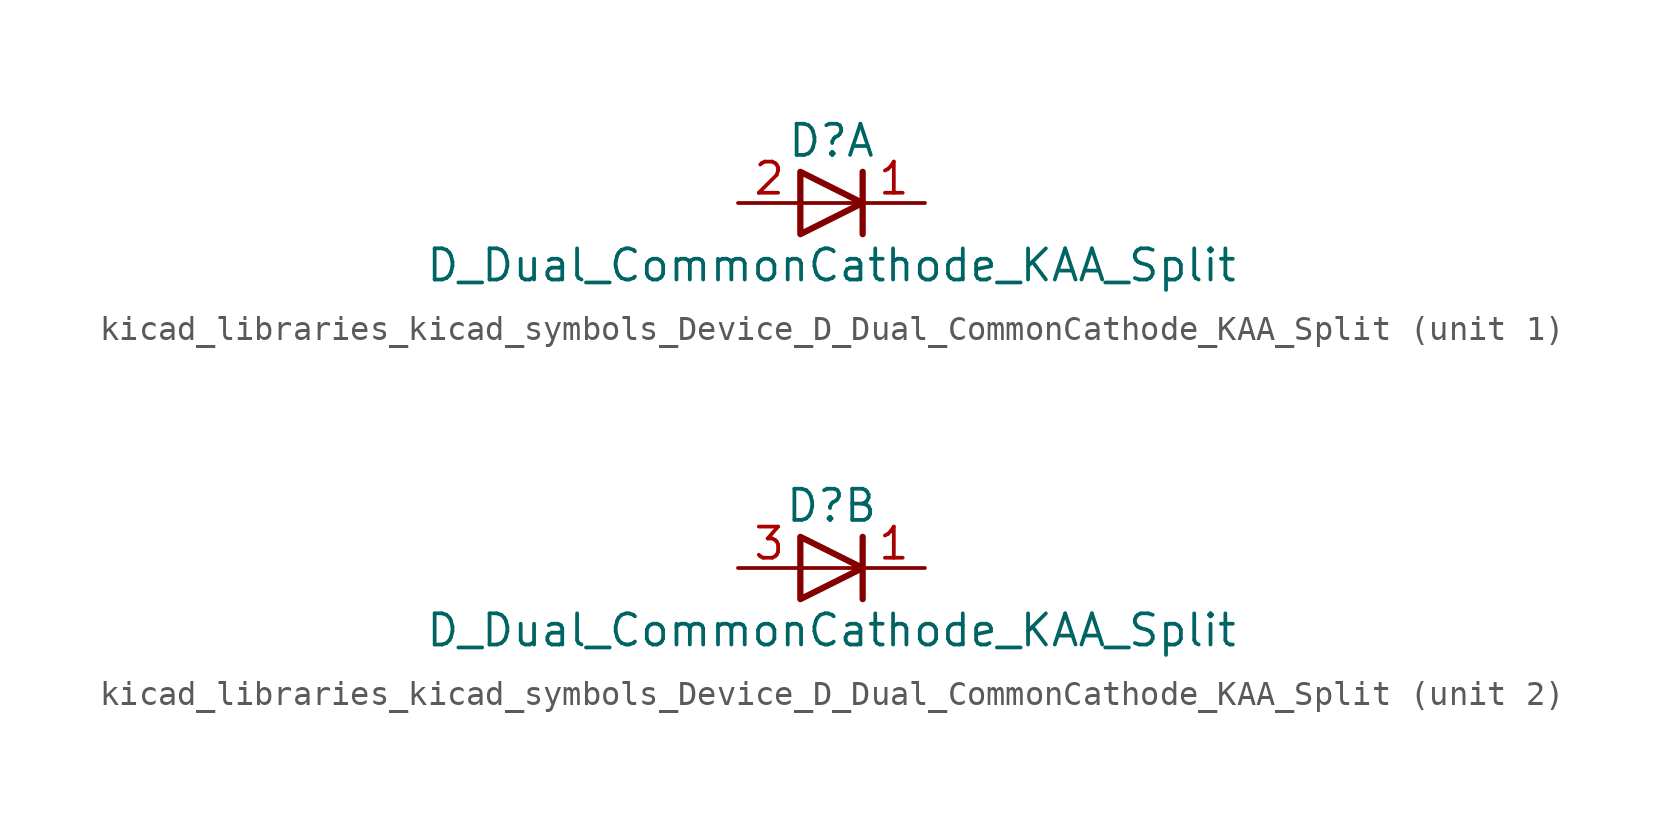
<source format=kicad_sym>
(kicad_symbol_lib
  (version 20220914)
  (generator kicad_symbol_editor)
  (symbol "kicad_libraries_kicad_symbols_Device_D_Dual_CommonCathode_KAA_Split"
    (pin_names
      (offset 0.762) hide)
    (property "Reference" "D"
      (at 0 2.54 0)
      (effects (font (size 1.27 1.27))))
    (property "Value" "D_Dual_CommonCathode_KAA_Split"
      (at 0 -2.54 0)
      (effects (font (size 1.27 1.27))))
    (property "ki_locked" ""
      (at 0 0 0)
      (effects (font (size 1.27 1.27))))
    (symbol "kicad_libraries_kicad_symbols_Device_D_Dual_CommonCathode_KAA_Split_0_0"
      (polyline (pts (xy 1.27 0) (xy -1.27 0)) (stroke (width 0) (type default)) (fill (type none))))
    (symbol "kicad_libraries_kicad_symbols_Device_D_Dual_CommonCathode_KAA_Split_0_1"
      (polyline (pts (xy -1.27 1.27) (xy 1.27 0) (xy -1.27 -1.27) (xy -1.27 1.27) (xy -1.27 1.27) (xy -1.27 1.27)) (stroke (width 0.254) (type default)) (fill (type none)))
      (pin passive line (at 3.81 0 180) (length 2.54) (name "K" (effects (font (size 1.27 1.27)))) (number "1" (effects (font (size 1.27 1.27))))))
    (symbol "kicad_libraries_kicad_symbols_Device_D_Dual_CommonCathode_KAA_Split_1_0"
      (polyline (pts (xy 1.27 1.27) (xy 1.27 -1.27)) (stroke (width 0.254) (type default)) (fill (type none))))
    (symbol "kicad_libraries_kicad_symbols_Device_D_Dual_CommonCathode_KAA_Split_1_1"
      (pin passive line (at -3.81 0 0) (length 2.54) (name "A" (effects (font (size 1.27 1.27)))) (number "2" (effects (font (size 1.27 1.27))))))
    (symbol "kicad_libraries_kicad_symbols_Device_D_Dual_CommonCathode_KAA_Split_2_0"
      (polyline (pts (xy 1.27 1.27) (xy 1.27 -1.27)) (stroke (width 0.254) (type default)) (fill (type none))))
    (symbol "kicad_libraries_kicad_symbols_Device_D_Dual_CommonCathode_KAA_Split_2_1"
      (pin passive line (at -3.81 0 0) (length 2.54) (name "K" (effects (font (size 1.27 1.27)))) (number "3" (effects (font (size 1.27 1.27))))))))
</source>
